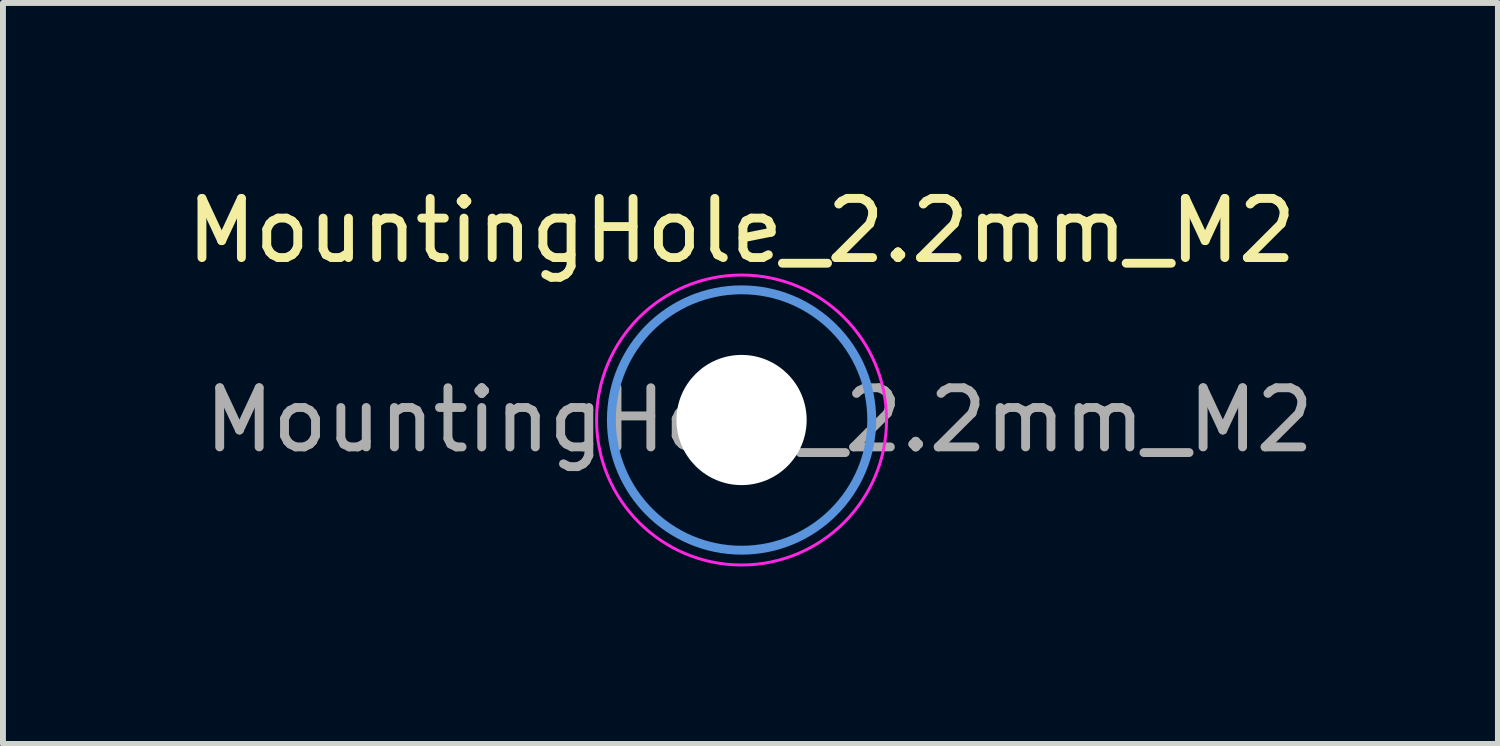
<source format=kicad_pcb>
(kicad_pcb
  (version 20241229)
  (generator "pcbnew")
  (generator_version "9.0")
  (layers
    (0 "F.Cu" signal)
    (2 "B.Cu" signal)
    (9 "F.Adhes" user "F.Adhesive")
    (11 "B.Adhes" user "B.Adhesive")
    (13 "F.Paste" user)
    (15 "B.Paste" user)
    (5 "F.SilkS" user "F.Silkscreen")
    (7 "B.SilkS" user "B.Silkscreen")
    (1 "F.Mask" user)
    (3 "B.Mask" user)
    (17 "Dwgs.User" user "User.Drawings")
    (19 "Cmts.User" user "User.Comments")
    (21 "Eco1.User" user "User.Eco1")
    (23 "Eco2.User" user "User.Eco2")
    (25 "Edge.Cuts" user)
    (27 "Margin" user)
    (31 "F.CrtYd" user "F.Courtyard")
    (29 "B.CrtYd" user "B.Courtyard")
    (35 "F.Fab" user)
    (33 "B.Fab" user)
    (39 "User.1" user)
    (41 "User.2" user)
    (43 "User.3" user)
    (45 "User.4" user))
  (footprint "MountingHole_2.2mm_M2"
    (layer "F.Cu")
    (at 9.482 4.048)
    (property "Reference" "MountingHole_2.2mm_M2" (at 0 -3.2 0) (layer "F.SilkS") (effects (font (size 1 1) (thickness 0.15))))
    (attr exclude_from_pos_files exclude_from_bom)
    (fp_circle (center 0 0) (end 2.2 0) (stroke (width 0.15) (type solid)) (fill no) (layer "Cmts.User"))
    (fp_circle (center 0 0) (end 2.45 0) (stroke (width 0.05) (type solid)) (fill no) (layer "F.CrtYd"))
    (fp_text user "${REFERENCE}" (at 0.3 0 0) (layer "F.Fab") (effects (font (size 1 1) (thickness 0.15))))
    (pad "" np_thru_hole circle (at 0 0) (size 2.2 2.2) (drill 2.2) (layers "*.Cu" "*.Mask")))
  (gr_rect
    (start -3 -3)
    (end 22.264 9.523)
    (stroke (width 0.1) (type default))
    (fill no)
    (layer "Edge.Cuts")))
</source>
